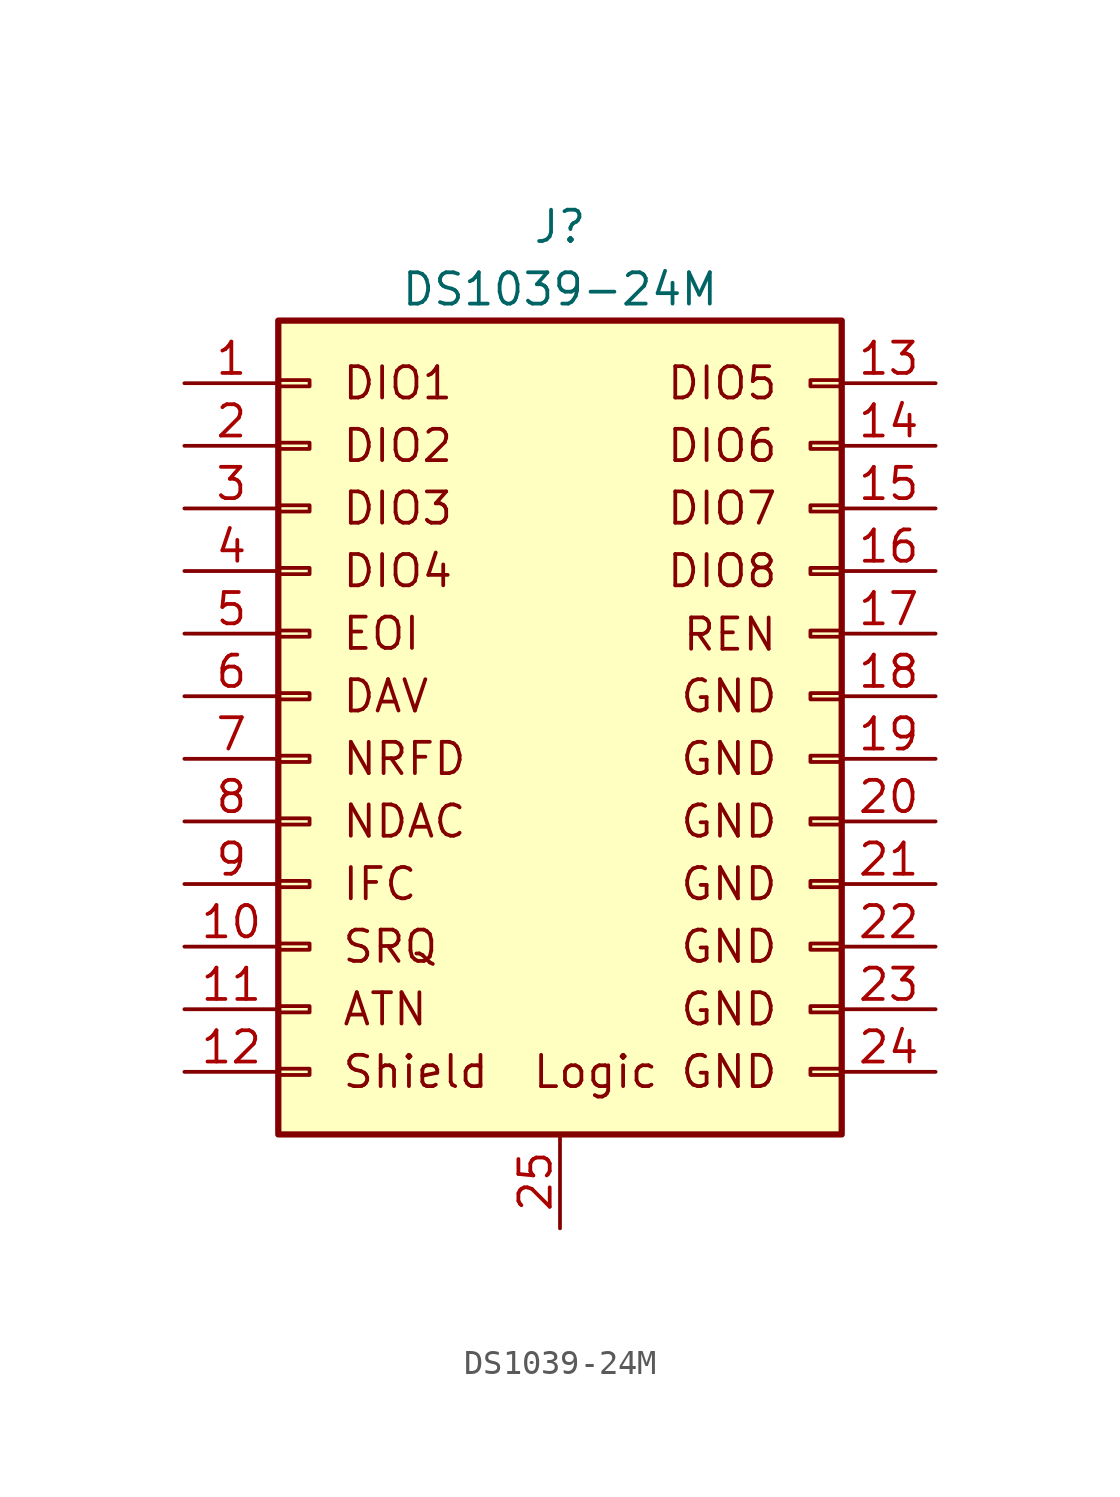
<source format=kicad_sym>
(kicad_symbol_lib
  (version 20211014)
  (generator kicad_symbol_editor)
  (symbol "DS1039-24M"
    (pin_names
      (offset 1.016) hide)
    (property "Reference" "J"
      (at 10.16 19.05 0)
      (effects (font (size 1.27 1.27))))
    (property "Value" "DS1039-24M"
      (at 10.16 16.51 0)
      (effects (font (size 1.27 1.27))))
    (symbol "DS1039-24M_0_0"
      (text "ATN" (at 1.27 -12.7 0) (effects (font (size 1.27 1.27)) (justify left)))
      (text "DAV" (at 1.27 0 0) (effects (font (size 1.27 1.27)) (justify left)))
      (text "DIO1" (at 1.27 12.7 0) (effects (font (size 1.27 1.27)) (justify left)))
      (text "DIO2" (at 1.27 10.16 0) (effects (font (size 1.27 1.27)) (justify left)))
      (text "DIO3" (at 1.27 7.62 0) (effects (font (size 1.27 1.27)) (justify left)))
      (text "DIO4" (at 1.27 5.08 0) (effects (font (size 1.27 1.27)) (justify left)))
      (text "DIO5" (at 19.05 12.7 0) (effects (font (size 1.27 1.27)) (justify right)))
      (text "DIO6" (at 19.05 10.16 0) (effects (font (size 1.27 1.27)) (justify right)))
      (text "DIO7" (at 19.05 7.62 0) (effects (font (size 1.27 1.27)) (justify right)))
      (text "DIO8" (at 19.05 5.08 0) (effects (font (size 1.27 1.27)) (justify right)))
      (text "EOI" (at 1.27 2.54 0) (effects (font (size 1.27 1.27)) (justify left)))
      (text "GND" (at 19.05 -12.7 0) (effects (font (size 1.27 1.27)) (justify right)))
      (text "GND" (at 19.05 -10.16 0) (effects (font (size 1.27 1.27)) (justify right)))
      (text "GND" (at 19.05 -7.62 0) (effects (font (size 1.27 1.27)) (justify right)))
      (text "GND" (at 19.05 -5.08 0) (effects (font (size 1.27 1.27)) (justify right)))
      (text "GND" (at 19.05 -2.54 0) (effects (font (size 1.27 1.27)) (justify right)))
      (text "GND" (at 19.05 0 0) (effects (font (size 1.27 1.27)) (justify right)))
      (text "IFC" (at 1.27 -7.62 0) (effects (font (size 1.27 1.27)) (justify left)))
      (text "Logic GND" (at 19.05 -15.24 0) (effects (font (size 1.27 1.27)) (justify right)))
      (text "NDAC" (at 1.27 -5.08 0) (effects (font (size 1.27 1.27)) (justify left)))
      (text "NRFD" (at 1.27 -2.54 0) (effects (font (size 1.27 1.27)) (justify left)))
      (text "REN" (at 19.029 2.506 0) (effects (font (size 1.27 1.27)) (justify right)))
      (text "Shield" (at 1.27 -15.24 0) (effects (font (size 1.27 1.27)) (justify left)))
      (text "SRQ" (at 1.27 -10.16 0) (effects (font (size 1.27 1.27)) (justify left))))
    (symbol "DS1039-24M_1_1"
      (rectangle (start -1.27 -15.113) (end 0 -15.367) (stroke (width 0.152) (type default) (color 0 0 0 0)) (fill (type none)))
      (rectangle (start -1.27 -12.573) (end 0 -12.827) (stroke (width 0.152) (type default) (color 0 0 0 0)) (fill (type none)))
      (rectangle (start -1.27 -10.033) (end 0 -10.287) (stroke (width 0.152) (type default) (color 0 0 0 0)) (fill (type none)))
      (rectangle (start -1.27 -7.493) (end 0 -7.747) (stroke (width 0.152) (type default) (color 0 0 0 0)) (fill (type none)))
      (rectangle (start -1.27 -4.953) (end 0 -5.207) (stroke (width 0.152) (type default) (color 0 0 0 0)) (fill (type none)))
      (rectangle (start -1.27 -2.413) (end 0 -2.667) (stroke (width 0.152) (type default) (color 0 0 0 0)) (fill (type none)))
      (rectangle (start -1.27 0.127) (end 0 -0.127) (stroke (width 0.152) (type default) (color 0 0 0 0)) (fill (type none)))
      (rectangle (start -1.27 2.667) (end 0 2.413) (stroke (width 0.152) (type default) (color 0 0 0 0)) (fill (type none)))
      (rectangle (start -1.27 5.207) (end 0 4.953) (stroke (width 0.152) (type default) (color 0 0 0 0)) (fill (type none)))
      (rectangle (start -1.27 7.747) (end 0 7.493) (stroke (width 0.152) (type default) (color 0 0 0 0)) (fill (type none)))
      (rectangle (start -1.27 10.287) (end 0 10.033) (stroke (width 0.152) (type default) (color 0 0 0 0)) (fill (type none)))
      (rectangle (start -1.27 12.827) (end 0 12.573) (stroke (width 0.152) (type default) (color 0 0 0 0)) (fill (type none)))
      (rectangle (start -1.27 15.24) (end 21.59 -17.78) (stroke (width 0.254) (type default) (color 0 0 0 0)) (fill (type background)))
      (rectangle (start 21.59 -15.113) (end 20.32 -15.367) (stroke (width 0.152) (type default) (color 0 0 0 0)) (fill (type none)))
      (rectangle (start 21.59 -12.573) (end 20.32 -12.827) (stroke (width 0.152) (type default) (color 0 0 0 0)) (fill (type none)))
      (rectangle (start 21.59 -10.033) (end 20.32 -10.287) (stroke (width 0.152) (type default) (color 0 0 0 0)) (fill (type none)))
      (rectangle (start 21.59 -7.493) (end 20.32 -7.747) (stroke (width 0.152) (type default) (color 0 0 0 0)) (fill (type none)))
      (rectangle (start 21.59 -4.953) (end 20.32 -5.207) (stroke (width 0.152) (type default) (color 0 0 0 0)) (fill (type none)))
      (rectangle (start 21.59 -2.413) (end 20.32 -2.667) (stroke (width 0.152) (type default) (color 0 0 0 0)) (fill (type none)))
      (rectangle (start 21.59 0.127) (end 20.32 -0.127) (stroke (width 0.152) (type default) (color 0 0 0 0)) (fill (type none)))
      (rectangle (start 21.59 2.667) (end 20.32 2.413) (stroke (width 0.152) (type default) (color 0 0 0 0)) (fill (type none)))
      (rectangle (start 21.59 5.207) (end 20.32 4.953) (stroke (width 0.152) (type default) (color 0 0 0 0)) (fill (type none)))
      (rectangle (start 21.59 7.747) (end 20.32 7.493) (stroke (width 0.152) (type default) (color 0 0 0 0)) (fill (type none)))
      (rectangle (start 21.59 10.287) (end 20.32 10.033) (stroke (width 0.152) (type default) (color 0 0 0 0)) (fill (type none)))
      (rectangle (start 21.59 12.827) (end 20.32 12.573) (stroke (width 0.152) (type default) (color 0 0 0 0)) (fill (type none)))
      (pin passive line (at -5.08 12.7 0) (length 3.81) (name "Pin_1" (effects (font (size 1.27 1.27)))) (number "1" (effects (font (size 1.27 1.27)))))
      (pin passive line (at -5.08 -10.16 0) (length 3.81) (name "Pin_10" (effects (font (size 1.27 1.27)))) (number "10" (effects (font (size 1.27 1.27)))))
      (pin passive line (at -5.08 -12.7 0) (length 3.81) (name "Pin_11" (effects (font (size 1.27 1.27)))) (number "11" (effects (font (size 1.27 1.27)))))
      (pin passive line (at -5.08 -15.24 0) (length 3.81) (name "Pin_12" (effects (font (size 1.27 1.27)))) (number "12" (effects (font (size 1.27 1.27)))))
      (pin passive line (at 25.4 12.7 180) (length 3.81) (name "Pin_13" (effects (font (size 1.27 1.27)))) (number "13" (effects (font (size 1.27 1.27)))))
      (pin passive line (at 25.4 10.16 180) (length 3.81) (name "Pin_14" (effects (font (size 1.27 1.27)))) (number "14" (effects (font (size 1.27 1.27)))))
      (pin passive line (at 25.4 7.62 180) (length 3.81) (name "Pin_15" (effects (font (size 1.27 1.27)))) (number "15" (effects (font (size 1.27 1.27)))))
      (pin passive line (at 25.4 5.08 180) (length 3.81) (name "Pin_16" (effects (font (size 1.27 1.27)))) (number "16" (effects (font (size 1.27 1.27)))))
      (pin passive line (at 25.4 2.54 180) (length 3.81) (name "Pin_17" (effects (font (size 1.27 1.27)))) (number "17" (effects (font (size 1.27 1.27)))))
      (pin passive line (at 25.4 0 180) (length 3.81) (name "Pin_18" (effects (font (size 1.27 1.27)))) (number "18" (effects (font (size 1.27 1.27)))))
      (pin passive line (at 25.4 -2.54 180) (length 3.81) (name "Pin_19" (effects (font (size 1.27 1.27)))) (number "19" (effects (font (size 1.27 1.27)))))
      (pin passive line (at -5.08 10.16 0) (length 3.81) (name "Pin_2" (effects (font (size 1.27 1.27)))) (number "2" (effects (font (size 1.27 1.27)))))
      (pin passive line (at 25.4 -5.08 180) (length 3.81) (name "Pin_20" (effects (font (size 1.27 1.27)))) (number "20" (effects (font (size 1.27 1.27)))))
      (pin passive line (at 25.4 -7.62 180) (length 3.81) (name "Pin_21" (effects (font (size 1.27 1.27)))) (number "21" (effects (font (size 1.27 1.27)))))
      (pin passive line (at 25.4 -10.16 180) (length 3.81) (name "Pin_22" (effects (font (size 1.27 1.27)))) (number "22" (effects (font (size 1.27 1.27)))))
      (pin passive line (at 25.4 -12.7 180) (length 3.81) (name "Pin_23" (effects (font (size 1.27 1.27)))) (number "23" (effects (font (size 1.27 1.27)))))
      (pin passive line (at 25.4 -15.24 180) (length 3.81) (name "Pin_24" (effects (font (size 1.27 1.27)))) (number "24" (effects (font (size 1.27 1.27)))))
      (pin passive line (at 10.16 -21.59 90) (length 3.81) (name "Pin_1" (effects (font (size 1.27 1.27)))) (number "25" (effects (font (size 1.27 1.27)))))
      (pin passive line (at -5.08 7.62 0) (length 3.81) (name "Pin_3" (effects (font (size 1.27 1.27)))) (number "3" (effects (font (size 1.27 1.27)))))
      (pin passive line (at -5.08 5.08 0) (length 3.81) (name "Pin_4" (effects (font (size 1.27 1.27)))) (number "4" (effects (font (size 1.27 1.27)))))
      (pin passive line (at -5.08 2.54 0) (length 3.81) (name "Pin_5" (effects (font (size 1.27 1.27)))) (number "5" (effects (font (size 1.27 1.27)))))
      (pin passive line (at -5.08 0 0) (length 3.81) (name "Pin_6" (effects (font (size 1.27 1.27)))) (number "6" (effects (font (size 1.27 1.27)))))
      (pin passive line (at -5.08 -2.54 0) (length 3.81) (name "Pin_7" (effects (font (size 1.27 1.27)))) (number "7" (effects (font (size 1.27 1.27)))))
      (pin passive line (at -5.08 -5.08 0) (length 3.81) (name "Pin_8" (effects (font (size 1.27 1.27)))) (number "8" (effects (font (size 1.27 1.27)))))
      (pin passive line (at -5.08 -7.62 0) (length 3.81) (name "Pin_9" (effects (font (size 1.27 1.27)))) (number "9" (effects (font (size 1.27 1.27))))))))
</source>
